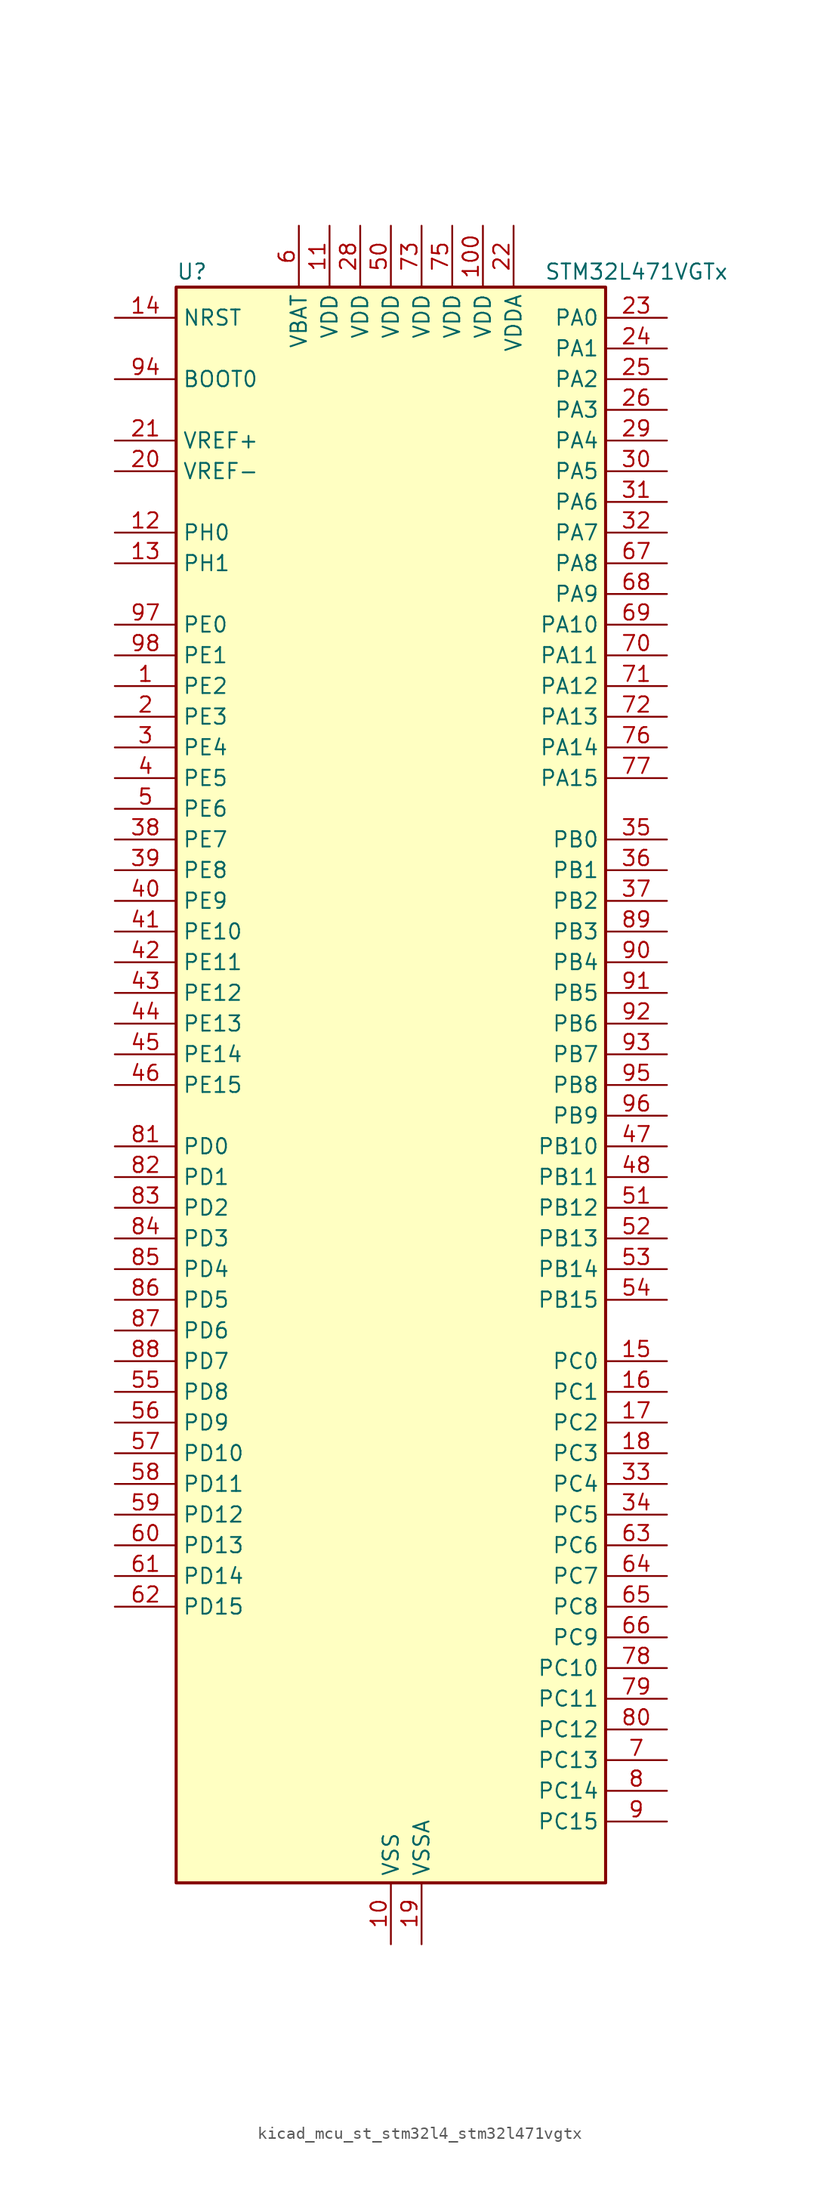
<source format=kicad_sym>
(kicad_symbol_lib
  (version 20220914)
  (generator kicad_symbol_editor)
  (symbol "kicad_mcu_st_stm32l4_stm32l471vgtx"
    (property "Reference" "U"
      (at -17.78 67.31 0)
      (effects (font (size 1.27 1.27)) (justify left)))
    (property "Value" "STM32L471VGTx"
      (at 12.7 67.31 0)
      (effects (font (size 1.27 1.27)) (justify left)))
    (property "ki_locked" ""
      (at 0 0 0)
      (effects (font (size 1.27 1.27))))
    (symbol "kicad_mcu_st_stm32l4_stm32l471vgtx_0_1"
      (rectangle (start -17.78 -66.04) (end 17.78 66.04) (stroke (width 0.254) (type default)) (fill (type background))))
    (symbol "kicad_mcu_st_stm32l4_stm32l471vgtx_1_1"
      (pin bidirectional line (at -22.86 33.02 0) (length 5.08) (name "PE2" (effects (font (size 1.27 1.27)))) (number "1" (effects (font (size 1.27 1.27)))) (alternate "FMC_A23" bidirectional line) (alternate "SAI1_MCLK_A" bidirectional line) (alternate "SYS_TRACECLK" bidirectional line) (alternate "TIM3_ETR" bidirectional line) (alternate "TSC_G7_IO1" bidirectional line))
      (pin power_in line (at 0 -71.12 90) (length 5.08) (name "VSS" (effects (font (size 1.27 1.27)))) (number "10" (effects (font (size 1.27 1.27)))))
      (pin power_in line (at 7.62 71.12 270) (length 5.08) (name "VDD" (effects (font (size 1.27 1.27)))) (number "100" (effects (font (size 1.27 1.27)))))
      (pin power_in line (at -5.08 71.12 270) (length 5.08) (name "VDD" (effects (font (size 1.27 1.27)))) (number "11" (effects (font (size 1.27 1.27)))))
      (pin bidirectional line (at -22.86 45.72 0) (length 5.08) (name "PH0" (effects (font (size 1.27 1.27)))) (number "12" (effects (font (size 1.27 1.27)))) (alternate "RCC_OSC_IN" bidirectional line))
      (pin bidirectional line (at -22.86 43.18 0) (length 5.08) (name "PH1" (effects (font (size 1.27 1.27)))) (number "13" (effects (font (size 1.27 1.27)))) (alternate "RCC_OSC_OUT" bidirectional line))
      (pin input line (at -22.86 63.5 0) (length 5.08) (name "NRST" (effects (font (size 1.27 1.27)))) (number "14" (effects (font (size 1.27 1.27)))))
      (pin bidirectional line (at 22.86 -22.86 180) (length 5.08) (name "PC0" (effects (font (size 1.27 1.27)))) (number "15" (effects (font (size 1.27 1.27)))) (alternate "ADC1_IN1" bidirectional line) (alternate "ADC2_IN1" bidirectional line) (alternate "ADC3_IN1" bidirectional line) (alternate "DFSDM1_DATIN4" bidirectional line) (alternate "I2C3_SCL" bidirectional line) (alternate "LPTIM1_IN1" bidirectional line) (alternate "LPTIM2_IN1" bidirectional line) (alternate "LPUART1_RX" bidirectional line))
      (pin bidirectional line (at 22.86 -25.4 180) (length 5.08) (name "PC1" (effects (font (size 1.27 1.27)))) (number "16" (effects (font (size 1.27 1.27)))) (alternate "ADC1_IN2" bidirectional line) (alternate "ADC2_IN2" bidirectional line) (alternate "ADC3_IN2" bidirectional line) (alternate "DFSDM1_CKIN4" bidirectional line) (alternate "I2C3_SDA" bidirectional line) (alternate "LPTIM1_OUT" bidirectional line) (alternate "LPUART1_TX" bidirectional line))
      (pin bidirectional line (at 22.86 -27.94 180) (length 5.08) (name "PC2" (effects (font (size 1.27 1.27)))) (number "17" (effects (font (size 1.27 1.27)))) (alternate "ADC1_IN3" bidirectional line) (alternate "ADC2_IN3" bidirectional line) (alternate "ADC3_IN3" bidirectional line) (alternate "DFSDM1_CKOUT" bidirectional line) (alternate "LPTIM1_IN2" bidirectional line) (alternate "SPI2_MISO" bidirectional line))
      (pin bidirectional line (at 22.86 -30.48 180) (length 5.08) (name "PC3" (effects (font (size 1.27 1.27)))) (number "18" (effects (font (size 1.27 1.27)))) (alternate "ADC1_IN4" bidirectional line) (alternate "ADC2_IN4" bidirectional line) (alternate "ADC3_IN4" bidirectional line) (alternate "LPTIM1_ETR" bidirectional line) (alternate "LPTIM2_ETR" bidirectional line) (alternate "SAI1_SD_A" bidirectional line) (alternate "SPI2_MOSI" bidirectional line))
      (pin power_in line (at 2.54 -71.12 90) (length 5.08) (name "VSSA" (effects (font (size 1.27 1.27)))) (number "19" (effects (font (size 1.27 1.27)))))
      (pin bidirectional line (at -22.86 30.48 0) (length 5.08) (name "PE3" (effects (font (size 1.27 1.27)))) (number "2" (effects (font (size 1.27 1.27)))) (alternate "FMC_A19" bidirectional line) (alternate "SAI1_SD_B" bidirectional line) (alternate "SYS_TRACED0" bidirectional line) (alternate "TIM3_CH1" bidirectional line) (alternate "TSC_G7_IO2" bidirectional line))
      (pin input line (at -22.86 50.8 0) (length 5.08) (name "VREF-" (effects (font (size 1.27 1.27)))) (number "20" (effects (font (size 1.27 1.27)))))
      (pin input line (at -22.86 53.34 0) (length 5.08) (name "VREF+" (effects (font (size 1.27 1.27)))) (number "21" (effects (font (size 1.27 1.27)))) (alternate "VREFBUF_OUT" bidirectional line))
      (pin power_in line (at 10.16 71.12 270) (length 5.08) (name "VDDA" (effects (font (size 1.27 1.27)))) (number "22" (effects (font (size 1.27 1.27)))))
      (pin bidirectional line (at 22.86 63.5 180) (length 5.08) (name "PA0" (effects (font (size 1.27 1.27)))) (number "23" (effects (font (size 1.27 1.27)))) (alternate "ADC1_IN5" bidirectional line) (alternate "ADC2_IN5" bidirectional line) (alternate "OPAMP1_VINP" bidirectional line) (alternate "RTC_TAMP2" bidirectional line) (alternate "SAI1_EXTCLK" bidirectional line) (alternate "SYS_WKUP1" bidirectional line) (alternate "TIM2_CH1" bidirectional line) (alternate "TIM2_ETR" bidirectional line) (alternate "TIM5_CH1" bidirectional line) (alternate "TIM8_ETR" bidirectional line) (alternate "UART4_TX" bidirectional line) (alternate "USART2_CTS" bidirectional line))
      (pin bidirectional line (at 22.86 60.96 180) (length 5.08) (name "PA1" (effects (font (size 1.27 1.27)))) (number "24" (effects (font (size 1.27 1.27)))) (alternate "ADC1_IN6" bidirectional line) (alternate "ADC2_IN6" bidirectional line) (alternate "OPAMP1_VINM" bidirectional line) (alternate "TIM15_CH1N" bidirectional line) (alternate "TIM2_CH2" bidirectional line) (alternate "TIM5_CH2" bidirectional line) (alternate "UART4_RX" bidirectional line) (alternate "USART2_DE" bidirectional line) (alternate "USART2_RTS" bidirectional line))
      (pin bidirectional line (at 22.86 58.42 180) (length 5.08) (name "PA2" (effects (font (size 1.27 1.27)))) (number "25" (effects (font (size 1.27 1.27)))) (alternate "ADC1_IN7" bidirectional line) (alternate "ADC2_IN7" bidirectional line) (alternate "RCC_LSCO" bidirectional line) (alternate "SAI2_EXTCLK" bidirectional line) (alternate "SYS_WKUP4" bidirectional line) (alternate "TIM15_CH1" bidirectional line) (alternate "TIM2_CH3" bidirectional line) (alternate "TIM5_CH3" bidirectional line) (alternate "USART2_TX" bidirectional line))
      (pin bidirectional line (at 22.86 55.88 180) (length 5.08) (name "PA3" (effects (font (size 1.27 1.27)))) (number "26" (effects (font (size 1.27 1.27)))) (alternate "ADC1_IN8" bidirectional line) (alternate "ADC2_IN8" bidirectional line) (alternate "OPAMP1_VOUT" bidirectional line) (alternate "TIM15_CH2" bidirectional line) (alternate "TIM2_CH4" bidirectional line) (alternate "TIM5_CH4" bidirectional line) (alternate "USART2_RX" bidirectional line))
      (pin passive line (at 0 -71.12 90) (length 5.08) hide (name "VSS" (effects (font (size 1.27 1.27)))) (number "27" (effects (font (size 1.27 1.27)))))
      (pin power_in line (at -2.54 71.12 270) (length 5.08) (name "VDD" (effects (font (size 1.27 1.27)))) (number "28" (effects (font (size 1.27 1.27)))))
      (pin bidirectional line (at 22.86 53.34 180) (length 5.08) (name "PA4" (effects (font (size 1.27 1.27)))) (number "29" (effects (font (size 1.27 1.27)))) (alternate "ADC1_IN9" bidirectional line) (alternate "ADC2_IN9" bidirectional line) (alternate "DAC1_OUT1" bidirectional line) (alternate "LPTIM2_OUT" bidirectional line) (alternate "SAI1_FS_B" bidirectional line) (alternate "SPI1_NSS" bidirectional line) (alternate "SPI3_NSS" bidirectional line) (alternate "USART2_CK" bidirectional line))
      (pin bidirectional line (at -22.86 27.94 0) (length 5.08) (name "PE4" (effects (font (size 1.27 1.27)))) (number "3" (effects (font (size 1.27 1.27)))) (alternate "DFSDM1_DATIN3" bidirectional line) (alternate "FMC_A20" bidirectional line) (alternate "SAI1_FS_A" bidirectional line) (alternate "SYS_TRACED1" bidirectional line) (alternate "TIM3_CH2" bidirectional line) (alternate "TSC_G7_IO3" bidirectional line))
      (pin bidirectional line (at 22.86 50.8 180) (length 5.08) (name "PA5" (effects (font (size 1.27 1.27)))) (number "30" (effects (font (size 1.27 1.27)))) (alternate "ADC1_IN10" bidirectional line) (alternate "ADC2_IN10" bidirectional line) (alternate "DAC1_OUT2" bidirectional line) (alternate "LPTIM2_ETR" bidirectional line) (alternate "SPI1_SCK" bidirectional line) (alternate "TIM2_CH1" bidirectional line) (alternate "TIM2_ETR" bidirectional line) (alternate "TIM8_CH1N" bidirectional line))
      (pin bidirectional line (at 22.86 48.26 180) (length 5.08) (name "PA6" (effects (font (size 1.27 1.27)))) (number "31" (effects (font (size 1.27 1.27)))) (alternate "ADC1_IN11" bidirectional line) (alternate "ADC2_IN11" bidirectional line) (alternate "OPAMP2_VINP" bidirectional line) (alternate "QUADSPI_BK1_IO3" bidirectional line) (alternate "SPI1_MISO" bidirectional line) (alternate "TIM16_CH1" bidirectional line) (alternate "TIM1_BKIN" bidirectional line) (alternate "TIM1_BKIN_COMP2" bidirectional line) (alternate "TIM3_CH1" bidirectional line) (alternate "TIM8_BKIN" bidirectional line) (alternate "TIM8_BKIN_COMP2" bidirectional line) (alternate "USART3_CTS" bidirectional line))
      (pin bidirectional line (at 22.86 45.72 180) (length 5.08) (name "PA7" (effects (font (size 1.27 1.27)))) (number "32" (effects (font (size 1.27 1.27)))) (alternate "ADC1_IN12" bidirectional line) (alternate "ADC2_IN12" bidirectional line) (alternate "OPAMP2_VINM" bidirectional line) (alternate "QUADSPI_BK1_IO2" bidirectional line) (alternate "SPI1_MOSI" bidirectional line) (alternate "TIM17_CH1" bidirectional line) (alternate "TIM1_CH1N" bidirectional line) (alternate "TIM3_CH2" bidirectional line) (alternate "TIM8_CH1N" bidirectional line))
      (pin bidirectional line (at 22.86 -33.02 180) (length 5.08) (name "PC4" (effects (font (size 1.27 1.27)))) (number "33" (effects (font (size 1.27 1.27)))) (alternate "ADC1_IN13" bidirectional line) (alternate "ADC2_IN13" bidirectional line) (alternate "COMP1_INM" bidirectional line) (alternate "USART3_TX" bidirectional line))
      (pin bidirectional line (at 22.86 -35.56 180) (length 5.08) (name "PC5" (effects (font (size 1.27 1.27)))) (number "34" (effects (font (size 1.27 1.27)))) (alternate "ADC1_IN14" bidirectional line) (alternate "ADC2_IN14" bidirectional line) (alternate "COMP1_INP" bidirectional line) (alternate "SYS_WKUP5" bidirectional line) (alternate "USART3_RX" bidirectional line))
      (pin bidirectional line (at 22.86 20.32 180) (length 5.08) (name "PB0" (effects (font (size 1.27 1.27)))) (number "35" (effects (font (size 1.27 1.27)))) (alternate "ADC1_IN15" bidirectional line) (alternate "ADC2_IN15" bidirectional line) (alternate "COMP1_OUT" bidirectional line) (alternate "OPAMP2_VOUT" bidirectional line) (alternate "QUADSPI_BK1_IO1" bidirectional line) (alternate "TIM1_CH2N" bidirectional line) (alternate "TIM3_CH3" bidirectional line) (alternate "TIM8_CH2N" bidirectional line) (alternate "USART3_CK" bidirectional line))
      (pin bidirectional line (at 22.86 17.78 180) (length 5.08) (name "PB1" (effects (font (size 1.27 1.27)))) (number "36" (effects (font (size 1.27 1.27)))) (alternate "ADC1_IN16" bidirectional line) (alternate "ADC2_IN16" bidirectional line) (alternate "COMP1_INM" bidirectional line) (alternate "DFSDM1_DATIN0" bidirectional line) (alternate "LPTIM2_IN1" bidirectional line) (alternate "QUADSPI_BK1_IO0" bidirectional line) (alternate "TIM1_CH3N" bidirectional line) (alternate "TIM3_CH4" bidirectional line) (alternate "TIM8_CH3N" bidirectional line) (alternate "USART3_DE" bidirectional line) (alternate "USART3_RTS" bidirectional line))
      (pin bidirectional line (at 22.86 15.24 180) (length 5.08) (name "PB2" (effects (font (size 1.27 1.27)))) (number "37" (effects (font (size 1.27 1.27)))) (alternate "COMP1_INP" bidirectional line) (alternate "DFSDM1_CKIN0" bidirectional line) (alternate "I2C3_SMBA" bidirectional line) (alternate "LPTIM1_OUT" bidirectional line) (alternate "RTC_OUT_ALARM" bidirectional line) (alternate "RTC_OUT_CALIB" bidirectional line))
      (pin bidirectional line (at -22.86 20.32 0) (length 5.08) (name "PE7" (effects (font (size 1.27 1.27)))) (number "38" (effects (font (size 1.27 1.27)))) (alternate "DFSDM1_DATIN2" bidirectional line) (alternate "FMC_D4" bidirectional line) (alternate "FMC_DA4" bidirectional line) (alternate "SAI1_SD_B" bidirectional line) (alternate "TIM1_ETR" bidirectional line))
      (pin bidirectional line (at -22.86 17.78 0) (length 5.08) (name "PE8" (effects (font (size 1.27 1.27)))) (number "39" (effects (font (size 1.27 1.27)))) (alternate "DFSDM1_CKIN2" bidirectional line) (alternate "FMC_D5" bidirectional line) (alternate "FMC_DA5" bidirectional line) (alternate "SAI1_SCK_B" bidirectional line) (alternate "TIM1_CH1N" bidirectional line))
      (pin bidirectional line (at -22.86 25.4 0) (length 5.08) (name "PE5" (effects (font (size 1.27 1.27)))) (number "4" (effects (font (size 1.27 1.27)))) (alternate "DFSDM1_CKIN3" bidirectional line) (alternate "FMC_A21" bidirectional line) (alternate "SAI1_SCK_A" bidirectional line) (alternate "SYS_TRACED2" bidirectional line) (alternate "TIM3_CH3" bidirectional line) (alternate "TSC_G7_IO4" bidirectional line))
      (pin bidirectional line (at -22.86 15.24 0) (length 5.08) (name "PE9" (effects (font (size 1.27 1.27)))) (number "40" (effects (font (size 1.27 1.27)))) (alternate "DAC1_EXTI9" bidirectional line) (alternate "DFSDM1_CKOUT" bidirectional line) (alternate "FMC_D6" bidirectional line) (alternate "FMC_DA6" bidirectional line) (alternate "SAI1_FS_B" bidirectional line) (alternate "TIM1_CH1" bidirectional line))
      (pin bidirectional line (at -22.86 12.7 0) (length 5.08) (name "PE10" (effects (font (size 1.27 1.27)))) (number "41" (effects (font (size 1.27 1.27)))) (alternate "DFSDM1_DATIN4" bidirectional line) (alternate "FMC_D7" bidirectional line) (alternate "FMC_DA7" bidirectional line) (alternate "QUADSPI_CLK" bidirectional line) (alternate "SAI1_MCLK_B" bidirectional line) (alternate "TIM1_CH2N" bidirectional line) (alternate "TSC_G5_IO1" bidirectional line))
      (pin bidirectional line (at -22.86 10.16 0) (length 5.08) (name "PE11" (effects (font (size 1.27 1.27)))) (number "42" (effects (font (size 1.27 1.27)))) (alternate "ADC1_EXTI11" bidirectional line) (alternate "ADC2_EXTI11" bidirectional line) (alternate "ADC3_EXTI11" bidirectional line) (alternate "DFSDM1_CKIN4" bidirectional line) (alternate "FMC_D8" bidirectional line) (alternate "FMC_DA8" bidirectional line) (alternate "QUADSPI_NCS" bidirectional line) (alternate "TIM1_CH2" bidirectional line) (alternate "TSC_G5_IO2" bidirectional line))
      (pin bidirectional line (at -22.86 7.62 0) (length 5.08) (name "PE12" (effects (font (size 1.27 1.27)))) (number "43" (effects (font (size 1.27 1.27)))) (alternate "DFSDM1_DATIN5" bidirectional line) (alternate "FMC_D9" bidirectional line) (alternate "FMC_DA9" bidirectional line) (alternate "QUADSPI_BK1_IO0" bidirectional line) (alternate "SPI1_NSS" bidirectional line) (alternate "TIM1_CH3N" bidirectional line) (alternate "TSC_G5_IO3" bidirectional line))
      (pin bidirectional line (at -22.86 5.08 0) (length 5.08) (name "PE13" (effects (font (size 1.27 1.27)))) (number "44" (effects (font (size 1.27 1.27)))) (alternate "DFSDM1_CKIN5" bidirectional line) (alternate "FMC_D10" bidirectional line) (alternate "FMC_DA10" bidirectional line) (alternate "QUADSPI_BK1_IO1" bidirectional line) (alternate "SPI1_SCK" bidirectional line) (alternate "TIM1_CH3" bidirectional line) (alternate "TSC_G5_IO4" bidirectional line))
      (pin bidirectional line (at -22.86 2.54 0) (length 5.08) (name "PE14" (effects (font (size 1.27 1.27)))) (number "45" (effects (font (size 1.27 1.27)))) (alternate "FMC_D11" bidirectional line) (alternate "FMC_DA11" bidirectional line) (alternate "QUADSPI_BK1_IO2" bidirectional line) (alternate "SPI1_MISO" bidirectional line) (alternate "TIM1_BKIN2" bidirectional line) (alternate "TIM1_BKIN2_COMP2" bidirectional line) (alternate "TIM1_CH4" bidirectional line))
      (pin bidirectional line (at -22.86 0 0) (length 5.08) (name "PE15" (effects (font (size 1.27 1.27)))) (number "46" (effects (font (size 1.27 1.27)))) (alternate "ADC1_EXTI15" bidirectional line) (alternate "ADC2_EXTI15" bidirectional line) (alternate "ADC3_EXTI15" bidirectional line) (alternate "FMC_D12" bidirectional line) (alternate "FMC_DA12" bidirectional line) (alternate "QUADSPI_BK1_IO3" bidirectional line) (alternate "SPI1_MOSI" bidirectional line) (alternate "TIM1_BKIN" bidirectional line) (alternate "TIM1_BKIN_COMP1" bidirectional line))
      (pin bidirectional line (at 22.86 -5.08 180) (length 5.08) (name "PB10" (effects (font (size 1.27 1.27)))) (number "47" (effects (font (size 1.27 1.27)))) (alternate "COMP1_OUT" bidirectional line) (alternate "DFSDM1_DATIN7" bidirectional line) (alternate "I2C2_SCL" bidirectional line) (alternate "LPUART1_RX" bidirectional line) (alternate "QUADSPI_CLK" bidirectional line) (alternate "SAI1_SCK_A" bidirectional line) (alternate "SPI2_SCK" bidirectional line) (alternate "TIM2_CH3" bidirectional line) (alternate "USART3_TX" bidirectional line))
      (pin bidirectional line (at 22.86 -7.62 180) (length 5.08) (name "PB11" (effects (font (size 1.27 1.27)))) (number "48" (effects (font (size 1.27 1.27)))) (alternate "ADC1_EXTI11" bidirectional line) (alternate "ADC2_EXTI11" bidirectional line) (alternate "ADC3_EXTI11" bidirectional line) (alternate "COMP2_OUT" bidirectional line) (alternate "DFSDM1_CKIN7" bidirectional line) (alternate "I2C2_SDA" bidirectional line) (alternate "LPUART1_TX" bidirectional line) (alternate "QUADSPI_NCS" bidirectional line) (alternate "TIM2_CH4" bidirectional line) (alternate "USART3_RX" bidirectional line))
      (pin passive line (at 0 -71.12 90) (length 5.08) hide (name "VSS" (effects (font (size 1.27 1.27)))) (number "49" (effects (font (size 1.27 1.27)))))
      (pin bidirectional line (at -22.86 22.86 0) (length 5.08) (name "PE6" (effects (font (size 1.27 1.27)))) (number "5" (effects (font (size 1.27 1.27)))) (alternate "FMC_A22" bidirectional line) (alternate "RTC_TAMP3" bidirectional line) (alternate "SAI1_SD_A" bidirectional line) (alternate "SYS_TRACED3" bidirectional line) (alternate "SYS_WKUP3" bidirectional line) (alternate "TIM3_CH4" bidirectional line))
      (pin power_in line (at 0 71.12 270) (length 5.08) (name "VDD" (effects (font (size 1.27 1.27)))) (number "50" (effects (font (size 1.27 1.27)))))
      (pin bidirectional line (at 22.86 -10.16 180) (length 5.08) (name "PB12" (effects (font (size 1.27 1.27)))) (number "51" (effects (font (size 1.27 1.27)))) (alternate "DFSDM1_DATIN1" bidirectional line) (alternate "I2C2_SMBA" bidirectional line) (alternate "LPUART1_DE" bidirectional line) (alternate "LPUART1_RTS" bidirectional line) (alternate "SAI2_FS_A" bidirectional line) (alternate "SPI2_NSS" bidirectional line) (alternate "SWPMI1_IO" bidirectional line) (alternate "TIM15_BKIN" bidirectional line) (alternate "TIM1_BKIN" bidirectional line) (alternate "TIM1_BKIN_COMP2" bidirectional line) (alternate "TSC_G1_IO1" bidirectional line) (alternate "USART3_CK" bidirectional line))
      (pin bidirectional line (at 22.86 -12.7 180) (length 5.08) (name "PB13" (effects (font (size 1.27 1.27)))) (number "52" (effects (font (size 1.27 1.27)))) (alternate "DFSDM1_CKIN1" bidirectional line) (alternate "I2C2_SCL" bidirectional line) (alternate "LPUART1_CTS" bidirectional line) (alternate "SAI2_SCK_A" bidirectional line) (alternate "SPI2_SCK" bidirectional line) (alternate "SWPMI1_TX" bidirectional line) (alternate "TIM15_CH1N" bidirectional line) (alternate "TIM1_CH1N" bidirectional line) (alternate "TSC_G1_IO2" bidirectional line) (alternate "USART3_CTS" bidirectional line))
      (pin bidirectional line (at 22.86 -15.24 180) (length 5.08) (name "PB14" (effects (font (size 1.27 1.27)))) (number "53" (effects (font (size 1.27 1.27)))) (alternate "DFSDM1_DATIN2" bidirectional line) (alternate "I2C2_SDA" bidirectional line) (alternate "SAI2_MCLK_A" bidirectional line) (alternate "SPI2_MISO" bidirectional line) (alternate "SWPMI1_RX" bidirectional line) (alternate "TIM15_CH1" bidirectional line) (alternate "TIM1_CH2N" bidirectional line) (alternate "TIM8_CH2N" bidirectional line) (alternate "TSC_G1_IO3" bidirectional line) (alternate "USART3_DE" bidirectional line) (alternate "USART3_RTS" bidirectional line))
      (pin bidirectional line (at 22.86 -17.78 180) (length 5.08) (name "PB15" (effects (font (size 1.27 1.27)))) (number "54" (effects (font (size 1.27 1.27)))) (alternate "ADC1_EXTI15" bidirectional line) (alternate "ADC2_EXTI15" bidirectional line) (alternate "ADC3_EXTI15" bidirectional line) (alternate "DFSDM1_CKIN2" bidirectional line) (alternate "RTC_REFIN" bidirectional line) (alternate "SAI2_SD_A" bidirectional line) (alternate "SPI2_MOSI" bidirectional line) (alternate "SWPMI1_SUSPEND" bidirectional line) (alternate "TIM15_CH2" bidirectional line) (alternate "TIM1_CH3N" bidirectional line) (alternate "TIM8_CH3N" bidirectional line) (alternate "TSC_G1_IO4" bidirectional line))
      (pin bidirectional line (at -22.86 -25.4 0) (length 5.08) (name "PD8" (effects (font (size 1.27 1.27)))) (number "55" (effects (font (size 1.27 1.27)))) (alternate "FMC_D13" bidirectional line) (alternate "FMC_DA13" bidirectional line) (alternate "USART3_TX" bidirectional line))
      (pin bidirectional line (at -22.86 -27.94 0) (length 5.08) (name "PD9" (effects (font (size 1.27 1.27)))) (number "56" (effects (font (size 1.27 1.27)))) (alternate "DAC1_EXTI9" bidirectional line) (alternate "FMC_D14" bidirectional line) (alternate "FMC_DA14" bidirectional line) (alternate "SAI2_MCLK_A" bidirectional line) (alternate "USART3_RX" bidirectional line))
      (pin bidirectional line (at -22.86 -30.48 0) (length 5.08) (name "PD10" (effects (font (size 1.27 1.27)))) (number "57" (effects (font (size 1.27 1.27)))) (alternate "FMC_D15" bidirectional line) (alternate "FMC_DA15" bidirectional line) (alternate "SAI2_SCK_A" bidirectional line) (alternate "TSC_G6_IO1" bidirectional line) (alternate "USART3_CK" bidirectional line))
      (pin bidirectional line (at -22.86 -33.02 0) (length 5.08) (name "PD11" (effects (font (size 1.27 1.27)))) (number "58" (effects (font (size 1.27 1.27)))) (alternate "ADC1_EXTI11" bidirectional line) (alternate "ADC2_EXTI11" bidirectional line) (alternate "ADC3_EXTI11" bidirectional line) (alternate "FMC_A16" bidirectional line) (alternate "FMC_CLE" bidirectional line) (alternate "LPTIM2_ETR" bidirectional line) (alternate "SAI2_SD_A" bidirectional line) (alternate "TSC_G6_IO2" bidirectional line) (alternate "USART3_CTS" bidirectional line))
      (pin bidirectional line (at -22.86 -35.56 0) (length 5.08) (name "PD12" (effects (font (size 1.27 1.27)))) (number "59" (effects (font (size 1.27 1.27)))) (alternate "FMC_A17" bidirectional line) (alternate "FMC_ALE" bidirectional line) (alternate "LPTIM2_IN1" bidirectional line) (alternate "SAI2_FS_A" bidirectional line) (alternate "TIM4_CH1" bidirectional line) (alternate "TSC_G6_IO3" bidirectional line) (alternate "USART3_DE" bidirectional line) (alternate "USART3_RTS" bidirectional line))
      (pin power_in line (at -7.62 71.12 270) (length 5.08) (name "VBAT" (effects (font (size 1.27 1.27)))) (number "6" (effects (font (size 1.27 1.27)))))
      (pin bidirectional line (at -22.86 -38.1 0) (length 5.08) (name "PD13" (effects (font (size 1.27 1.27)))) (number "60" (effects (font (size 1.27 1.27)))) (alternate "FMC_A18" bidirectional line) (alternate "LPTIM2_OUT" bidirectional line) (alternate "TIM4_CH2" bidirectional line) (alternate "TSC_G6_IO4" bidirectional line))
      (pin bidirectional line (at -22.86 -40.64 0) (length 5.08) (name "PD14" (effects (font (size 1.27 1.27)))) (number "61" (effects (font (size 1.27 1.27)))) (alternate "FMC_D0" bidirectional line) (alternate "FMC_DA0" bidirectional line) (alternate "TIM4_CH3" bidirectional line))
      (pin bidirectional line (at -22.86 -43.18 0) (length 5.08) (name "PD15" (effects (font (size 1.27 1.27)))) (number "62" (effects (font (size 1.27 1.27)))) (alternate "ADC1_EXTI15" bidirectional line) (alternate "ADC2_EXTI15" bidirectional line) (alternate "ADC3_EXTI15" bidirectional line) (alternate "FMC_D1" bidirectional line) (alternate "FMC_DA1" bidirectional line) (alternate "TIM4_CH4" bidirectional line))
      (pin bidirectional line (at 22.86 -38.1 180) (length 5.08) (name "PC6" (effects (font (size 1.27 1.27)))) (number "63" (effects (font (size 1.27 1.27)))) (alternate "DFSDM1_CKIN3" bidirectional line) (alternate "SAI2_MCLK_A" bidirectional line) (alternate "SDMMC1_D6" bidirectional line) (alternate "TIM3_CH1" bidirectional line) (alternate "TIM8_CH1" bidirectional line) (alternate "TSC_G4_IO1" bidirectional line))
      (pin bidirectional line (at 22.86 -40.64 180) (length 5.08) (name "PC7" (effects (font (size 1.27 1.27)))) (number "64" (effects (font (size 1.27 1.27)))) (alternate "DFSDM1_DATIN3" bidirectional line) (alternate "SAI2_MCLK_B" bidirectional line) (alternate "SDMMC1_D7" bidirectional line) (alternate "TIM3_CH2" bidirectional line) (alternate "TIM8_CH2" bidirectional line) (alternate "TSC_G4_IO2" bidirectional line))
      (pin bidirectional line (at 22.86 -43.18 180) (length 5.08) (name "PC8" (effects (font (size 1.27 1.27)))) (number "65" (effects (font (size 1.27 1.27)))) (alternate "SDMMC1_D0" bidirectional line) (alternate "TIM3_CH3" bidirectional line) (alternate "TIM8_CH3" bidirectional line) (alternate "TSC_G4_IO3" bidirectional line))
      (pin bidirectional line (at 22.86 -45.72 180) (length 5.08) (name "PC9" (effects (font (size 1.27 1.27)))) (number "66" (effects (font (size 1.27 1.27)))) (alternate "DAC1_EXTI9" bidirectional line) (alternate "SAI2_EXTCLK" bidirectional line) (alternate "SDMMC1_D1" bidirectional line) (alternate "TIM3_CH4" bidirectional line) (alternate "TIM8_BKIN2" bidirectional line) (alternate "TIM8_BKIN2_COMP1" bidirectional line) (alternate "TIM8_CH4" bidirectional line) (alternate "TSC_G4_IO4" bidirectional line))
      (pin bidirectional line (at 22.86 43.18 180) (length 5.08) (name "PA8" (effects (font (size 1.27 1.27)))) (number "67" (effects (font (size 1.27 1.27)))) (alternate "LPTIM2_OUT" bidirectional line) (alternate "RCC_MCO" bidirectional line) (alternate "TIM1_CH1" bidirectional line) (alternate "USART1_CK" bidirectional line))
      (pin bidirectional line (at 22.86 40.64 180) (length 5.08) (name "PA9" (effects (font (size 1.27 1.27)))) (number "68" (effects (font (size 1.27 1.27)))) (alternate "DAC1_EXTI9" bidirectional line) (alternate "TIM15_BKIN" bidirectional line) (alternate "TIM1_CH2" bidirectional line) (alternate "USART1_TX" bidirectional line))
      (pin bidirectional line (at 22.86 38.1 180) (length 5.08) (name "PA10" (effects (font (size 1.27 1.27)))) (number "69" (effects (font (size 1.27 1.27)))) (alternate "TIM17_BKIN" bidirectional line) (alternate "TIM1_CH3" bidirectional line) (alternate "USART1_RX" bidirectional line))
      (pin bidirectional line (at 22.86 -55.88 180) (length 5.08) (name "PC13" (effects (font (size 1.27 1.27)))) (number "7" (effects (font (size 1.27 1.27)))) (alternate "RTC_OUT_ALARM" bidirectional line) (alternate "RTC_OUT_CALIB" bidirectional line) (alternate "RTC_TAMP1" bidirectional line) (alternate "RTC_TS" bidirectional line) (alternate "SYS_WKUP2" bidirectional line))
      (pin bidirectional line (at 22.86 35.56 180) (length 5.08) (name "PA11" (effects (font (size 1.27 1.27)))) (number "70" (effects (font (size 1.27 1.27)))) (alternate "ADC1_EXTI11" bidirectional line) (alternate "ADC2_EXTI11" bidirectional line) (alternate "ADC3_EXTI11" bidirectional line) (alternate "CAN1_RX" bidirectional line) (alternate "TIM1_BKIN2" bidirectional line) (alternate "TIM1_BKIN2_COMP1" bidirectional line) (alternate "TIM1_CH4" bidirectional line) (alternate "USART1_CTS" bidirectional line))
      (pin bidirectional line (at 22.86 33.02 180) (length 5.08) (name "PA12" (effects (font (size 1.27 1.27)))) (number "71" (effects (font (size 1.27 1.27)))) (alternate "CAN1_TX" bidirectional line) (alternate "TIM1_ETR" bidirectional line) (alternate "USART1_DE" bidirectional line) (alternate "USART1_RTS" bidirectional line))
      (pin bidirectional line (at 22.86 30.48 180) (length 5.08) (name "PA13" (effects (font (size 1.27 1.27)))) (number "72" (effects (font (size 1.27 1.27)))) (alternate "IR_OUT" bidirectional line) (alternate "SYS_JTMS-SWDIO" bidirectional line))
      (pin power_in line (at 2.54 71.12 270) (length 5.08) (name "VDD" (effects (font (size 1.27 1.27)))) (number "73" (effects (font (size 1.27 1.27)))))
      (pin passive line (at 0 -71.12 90) (length 5.08) hide (name "VSS" (effects (font (size 1.27 1.27)))) (number "74" (effects (font (size 1.27 1.27)))))
      (pin power_in line (at 5.08 71.12 270) (length 5.08) (name "VDD" (effects (font (size 1.27 1.27)))) (number "75" (effects (font (size 1.27 1.27)))))
      (pin bidirectional line (at 22.86 27.94 180) (length 5.08) (name "PA14" (effects (font (size 1.27 1.27)))) (number "76" (effects (font (size 1.27 1.27)))) (alternate "SYS_JTCK-SWCLK" bidirectional line))
      (pin bidirectional line (at 22.86 25.4 180) (length 5.08) (name "PA15" (effects (font (size 1.27 1.27)))) (number "77" (effects (font (size 1.27 1.27)))) (alternate "ADC1_EXTI15" bidirectional line) (alternate "ADC2_EXTI15" bidirectional line) (alternate "ADC3_EXTI15" bidirectional line) (alternate "SAI2_FS_B" bidirectional line) (alternate "SPI1_NSS" bidirectional line) (alternate "SPI3_NSS" bidirectional line) (alternate "SYS_JTDI" bidirectional line) (alternate "TIM2_CH1" bidirectional line) (alternate "TIM2_ETR" bidirectional line) (alternate "TSC_G3_IO1" bidirectional line) (alternate "UART4_DE" bidirectional line) (alternate "UART4_RTS" bidirectional line))
      (pin bidirectional line (at 22.86 -48.26 180) (length 5.08) (name "PC10" (effects (font (size 1.27 1.27)))) (number "78" (effects (font (size 1.27 1.27)))) (alternate "SAI2_SCK_B" bidirectional line) (alternate "SDMMC1_D2" bidirectional line) (alternate "SPI3_SCK" bidirectional line) (alternate "TSC_G3_IO2" bidirectional line) (alternate "UART4_TX" bidirectional line) (alternate "USART3_TX" bidirectional line))
      (pin bidirectional line (at 22.86 -50.8 180) (length 5.08) (name "PC11" (effects (font (size 1.27 1.27)))) (number "79" (effects (font (size 1.27 1.27)))) (alternate "ADC1_EXTI11" bidirectional line) (alternate "ADC2_EXTI11" bidirectional line) (alternate "ADC3_EXTI11" bidirectional line) (alternate "SAI2_MCLK_B" bidirectional line) (alternate "SDMMC1_D3" bidirectional line) (alternate "SPI3_MISO" bidirectional line) (alternate "TSC_G3_IO3" bidirectional line) (alternate "UART4_RX" bidirectional line) (alternate "USART3_RX" bidirectional line))
      (pin bidirectional line (at 22.86 -58.42 180) (length 5.08) (name "PC14" (effects (font (size 1.27 1.27)))) (number "8" (effects (font (size 1.27 1.27)))) (alternate "RCC_OSC32_IN" bidirectional line))
      (pin bidirectional line (at 22.86 -53.34 180) (length 5.08) (name "PC12" (effects (font (size 1.27 1.27)))) (number "80" (effects (font (size 1.27 1.27)))) (alternate "SAI2_SD_B" bidirectional line) (alternate "SDMMC1_CK" bidirectional line) (alternate "SPI3_MOSI" bidirectional line) (alternate "TSC_G3_IO4" bidirectional line) (alternate "UART5_TX" bidirectional line) (alternate "USART3_CK" bidirectional line))
      (pin bidirectional line (at -22.86 -5.08 0) (length 5.08) (name "PD0" (effects (font (size 1.27 1.27)))) (number "81" (effects (font (size 1.27 1.27)))) (alternate "CAN1_RX" bidirectional line) (alternate "DFSDM1_DATIN7" bidirectional line) (alternate "FMC_D2" bidirectional line) (alternate "FMC_DA2" bidirectional line) (alternate "SPI2_NSS" bidirectional line))
      (pin bidirectional line (at -22.86 -7.62 0) (length 5.08) (name "PD1" (effects (font (size 1.27 1.27)))) (number "82" (effects (font (size 1.27 1.27)))) (alternate "CAN1_TX" bidirectional line) (alternate "DFSDM1_CKIN7" bidirectional line) (alternate "FMC_D3" bidirectional line) (alternate "FMC_DA3" bidirectional line) (alternate "SPI2_SCK" bidirectional line))
      (pin bidirectional line (at -22.86 -10.16 0) (length 5.08) (name "PD2" (effects (font (size 1.27 1.27)))) (number "83" (effects (font (size 1.27 1.27)))) (alternate "SDMMC1_CMD" bidirectional line) (alternate "TIM3_ETR" bidirectional line) (alternate "TSC_SYNC" bidirectional line) (alternate "UART5_RX" bidirectional line) (alternate "USART3_DE" bidirectional line) (alternate "USART3_RTS" bidirectional line))
      (pin bidirectional line (at -22.86 -12.7 0) (length 5.08) (name "PD3" (effects (font (size 1.27 1.27)))) (number "84" (effects (font (size 1.27 1.27)))) (alternate "DFSDM1_DATIN0" bidirectional line) (alternate "FMC_CLK" bidirectional line) (alternate "SPI2_MISO" bidirectional line) (alternate "USART2_CTS" bidirectional line))
      (pin bidirectional line (at -22.86 -15.24 0) (length 5.08) (name "PD4" (effects (font (size 1.27 1.27)))) (number "85" (effects (font (size 1.27 1.27)))) (alternate "DFSDM1_CKIN0" bidirectional line) (alternate "FMC_NOE" bidirectional line) (alternate "SPI2_MOSI" bidirectional line) (alternate "USART2_DE" bidirectional line) (alternate "USART2_RTS" bidirectional line))
      (pin bidirectional line (at -22.86 -17.78 0) (length 5.08) (name "PD5" (effects (font (size 1.27 1.27)))) (number "86" (effects (font (size 1.27 1.27)))) (alternate "FMC_NWE" bidirectional line) (alternate "USART2_TX" bidirectional line))
      (pin bidirectional line (at -22.86 -20.32 0) (length 5.08) (name "PD6" (effects (font (size 1.27 1.27)))) (number "87" (effects (font (size 1.27 1.27)))) (alternate "DFSDM1_DATIN1" bidirectional line) (alternate "FMC_NWAIT" bidirectional line) (alternate "SAI1_SD_A" bidirectional line) (alternate "USART2_RX" bidirectional line))
      (pin bidirectional line (at -22.86 -22.86 0) (length 5.08) (name "PD7" (effects (font (size 1.27 1.27)))) (number "88" (effects (font (size 1.27 1.27)))) (alternate "DFSDM1_CKIN1" bidirectional line) (alternate "FMC_NE1" bidirectional line) (alternate "USART2_CK" bidirectional line))
      (pin bidirectional line (at 22.86 12.7 180) (length 5.08) (name "PB3" (effects (font (size 1.27 1.27)))) (number "89" (effects (font (size 1.27 1.27)))) (alternate "COMP2_INM" bidirectional line) (alternate "SAI1_SCK_B" bidirectional line) (alternate "SPI1_SCK" bidirectional line) (alternate "SPI3_SCK" bidirectional line) (alternate "SYS_JTDO-SWO" bidirectional line) (alternate "TIM2_CH2" bidirectional line) (alternate "USART1_DE" bidirectional line) (alternate "USART1_RTS" bidirectional line))
      (pin bidirectional line (at 22.86 -60.96 180) (length 5.08) (name "PC15" (effects (font (size 1.27 1.27)))) (number "9" (effects (font (size 1.27 1.27)))) (alternate "ADC1_EXTI15" bidirectional line) (alternate "ADC2_EXTI15" bidirectional line) (alternate "ADC3_EXTI15" bidirectional line) (alternate "RCC_OSC32_OUT" bidirectional line))
      (pin bidirectional line (at 22.86 10.16 180) (length 5.08) (name "PB4" (effects (font (size 1.27 1.27)))) (number "90" (effects (font (size 1.27 1.27)))) (alternate "COMP2_INP" bidirectional line) (alternate "SAI1_MCLK_B" bidirectional line) (alternate "SPI1_MISO" bidirectional line) (alternate "SPI3_MISO" bidirectional line) (alternate "SYS_JTRST" bidirectional line) (alternate "TIM17_BKIN" bidirectional line) (alternate "TIM3_CH1" bidirectional line) (alternate "TSC_G2_IO1" bidirectional line) (alternate "UART5_DE" bidirectional line) (alternate "UART5_RTS" bidirectional line) (alternate "USART1_CTS" bidirectional line))
      (pin bidirectional line (at 22.86 7.62 180) (length 5.08) (name "PB5" (effects (font (size 1.27 1.27)))) (number "91" (effects (font (size 1.27 1.27)))) (alternate "COMP2_OUT" bidirectional line) (alternate "I2C1_SMBA" bidirectional line) (alternate "LPTIM1_IN1" bidirectional line) (alternate "SAI1_SD_B" bidirectional line) (alternate "SPI1_MOSI" bidirectional line) (alternate "SPI3_MOSI" bidirectional line) (alternate "TIM16_BKIN" bidirectional line) (alternate "TIM3_CH2" bidirectional line) (alternate "TSC_G2_IO2" bidirectional line) (alternate "UART5_CTS" bidirectional line) (alternate "USART1_CK" bidirectional line))
      (pin bidirectional line (at 22.86 5.08 180) (length 5.08) (name "PB6" (effects (font (size 1.27 1.27)))) (number "92" (effects (font (size 1.27 1.27)))) (alternate "COMP2_INP" bidirectional line) (alternate "DFSDM1_DATIN5" bidirectional line) (alternate "I2C1_SCL" bidirectional line) (alternate "LPTIM1_ETR" bidirectional line) (alternate "SAI1_FS_B" bidirectional line) (alternate "TIM16_CH1N" bidirectional line) (alternate "TIM4_CH1" bidirectional line) (alternate "TIM8_BKIN2" bidirectional line) (alternate "TIM8_BKIN2_COMP2" bidirectional line) (alternate "TSC_G2_IO3" bidirectional line) (alternate "USART1_TX" bidirectional line))
      (pin bidirectional line (at 22.86 2.54 180) (length 5.08) (name "PB7" (effects (font (size 1.27 1.27)))) (number "93" (effects (font (size 1.27 1.27)))) (alternate "COMP2_INM" bidirectional line) (alternate "DFSDM1_CKIN5" bidirectional line) (alternate "FMC_NL" bidirectional line) (alternate "I2C1_SDA" bidirectional line) (alternate "LPTIM1_IN2" bidirectional line) (alternate "SYS_PVD_IN" bidirectional line) (alternate "TIM17_CH1N" bidirectional line) (alternate "TIM4_CH2" bidirectional line) (alternate "TIM8_BKIN" bidirectional line) (alternate "TIM8_BKIN_COMP1" bidirectional line) (alternate "TSC_G2_IO4" bidirectional line) (alternate "UART4_CTS" bidirectional line) (alternate "USART1_RX" bidirectional line))
      (pin input line (at -22.86 58.42 0) (length 5.08) (name "BOOT0" (effects (font (size 1.27 1.27)))) (number "94" (effects (font (size 1.27 1.27)))))
      (pin bidirectional line (at 22.86 0 180) (length 5.08) (name "PB8" (effects (font (size 1.27 1.27)))) (number "95" (effects (font (size 1.27 1.27)))) (alternate "CAN1_RX" bidirectional line) (alternate "DFSDM1_DATIN6" bidirectional line) (alternate "I2C1_SCL" bidirectional line) (alternate "SAI1_MCLK_A" bidirectional line) (alternate "SDMMC1_D4" bidirectional line) (alternate "TIM16_CH1" bidirectional line) (alternate "TIM4_CH3" bidirectional line))
      (pin bidirectional line (at 22.86 -2.54 180) (length 5.08) (name "PB9" (effects (font (size 1.27 1.27)))) (number "96" (effects (font (size 1.27 1.27)))) (alternate "CAN1_TX" bidirectional line) (alternate "DAC1_EXTI9" bidirectional line) (alternate "DFSDM1_CKIN6" bidirectional line) (alternate "I2C1_SDA" bidirectional line) (alternate "IR_OUT" bidirectional line) (alternate "SAI1_FS_A" bidirectional line) (alternate "SDMMC1_D5" bidirectional line) (alternate "SPI2_NSS" bidirectional line) (alternate "TIM17_CH1" bidirectional line) (alternate "TIM4_CH4" bidirectional line))
      (pin bidirectional line (at -22.86 38.1 0) (length 5.08) (name "PE0" (effects (font (size 1.27 1.27)))) (number "97" (effects (font (size 1.27 1.27)))) (alternate "FMC_NBL0" bidirectional line) (alternate "TIM16_CH1" bidirectional line) (alternate "TIM4_ETR" bidirectional line))
      (pin bidirectional line (at -22.86 35.56 0) (length 5.08) (name "PE1" (effects (font (size 1.27 1.27)))) (number "98" (effects (font (size 1.27 1.27)))) (alternate "FMC_NBL1" bidirectional line) (alternate "TIM17_CH1" bidirectional line))
      (pin passive line (at 0 -71.12 90) (length 5.08) hide (name "VSS" (effects (font (size 1.27 1.27)))) (number "99" (effects (font (size 1.27 1.27))))))))
</source>
